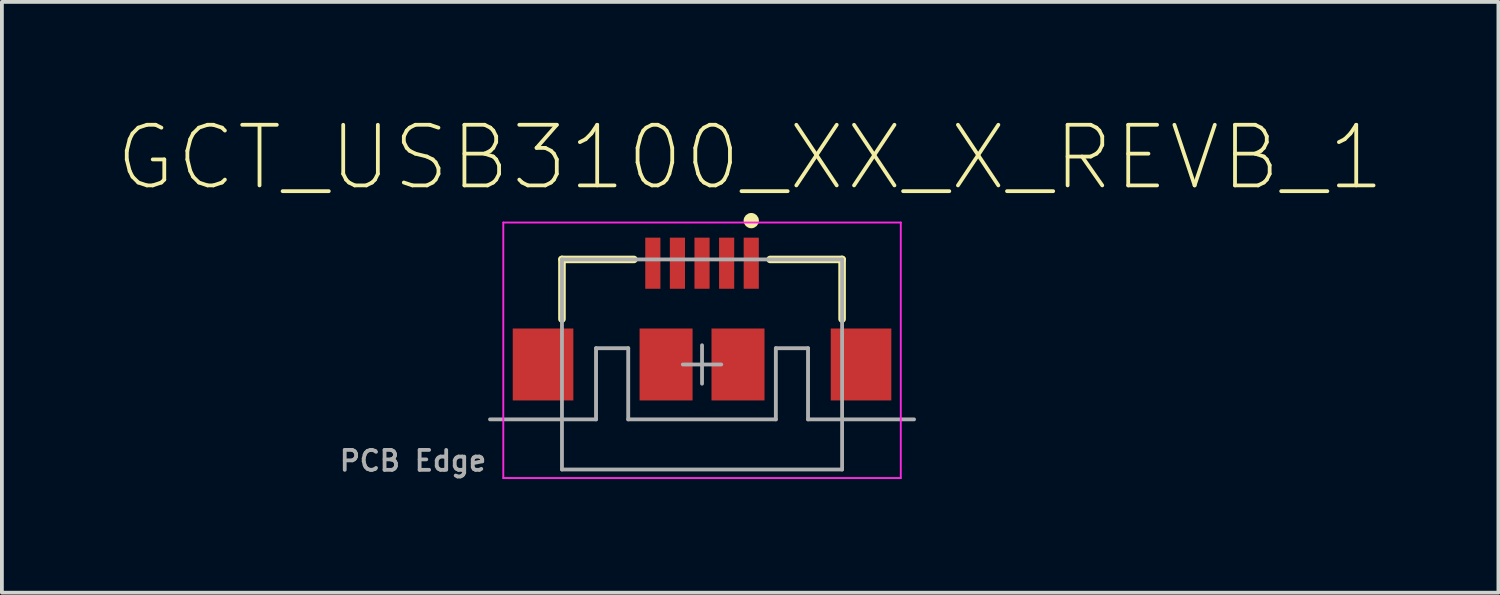
<source format=kicad_pcb>
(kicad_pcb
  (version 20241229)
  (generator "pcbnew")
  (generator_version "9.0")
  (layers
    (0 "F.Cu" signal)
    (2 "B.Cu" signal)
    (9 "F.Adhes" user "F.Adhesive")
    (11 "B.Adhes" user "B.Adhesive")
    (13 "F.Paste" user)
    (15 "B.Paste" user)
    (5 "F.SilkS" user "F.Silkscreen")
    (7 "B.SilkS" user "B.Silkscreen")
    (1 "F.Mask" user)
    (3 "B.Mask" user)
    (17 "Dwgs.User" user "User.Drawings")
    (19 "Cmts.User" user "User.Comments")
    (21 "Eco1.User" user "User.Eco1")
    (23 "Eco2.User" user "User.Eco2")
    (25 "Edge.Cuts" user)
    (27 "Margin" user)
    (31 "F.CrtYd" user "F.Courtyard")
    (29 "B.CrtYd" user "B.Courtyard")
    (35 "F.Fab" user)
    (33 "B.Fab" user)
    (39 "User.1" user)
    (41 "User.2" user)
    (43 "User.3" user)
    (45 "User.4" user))
  (footprint "GCT_USB3100_XX_X_REVB_1"
    (layer "F.Cu")
    (at 15.495 6.578)
    (property "Reference" "GCT_USB3100_XX_X_REVB_1" (at 1.271 -5.466 0) (layer "F.SilkS") (effects (font (size 1.601 1.601) (thickness 0.1))))
    (fp_line (start -3.7 -2.775) (end -1.8 -2.775) (stroke (width 0.2) (type solid)) (layer "F.SilkS"))
    (fp_line (start -3.7 -1.2) (end -3.7 -2.775) (stroke (width 0.2) (type solid)) (layer "F.SilkS"))
    (fp_line (start 1.8 -2.775) (end 3.7 -2.775) (stroke (width 0.2) (type solid)) (layer "F.SilkS"))
    (fp_line (start 3.7 -1.2) (end 3.7 -2.775) (stroke (width 0.2) (type solid)) (layer "F.SilkS"))
    (fp_arc (start 1.402 -3.8) (mid 1.198 -3.8) (end 1.402 -3.8) (stroke (width 0.2) (type solid)) (layer "F.SilkS"))
    (fp_line (start -5.25 -3.75) (end 5.25 -3.75) (stroke (width 0.05) (type solid)) (layer "F.CrtYd"))
    (fp_line (start -5.25 3) (end -5.25 -3.75) (stroke (width 0.05) (type solid)) (layer "F.CrtYd"))
    (fp_line (start 5.25 -3.75) (end 5.25 3) (stroke (width 0.05) (type solid)) (layer "F.CrtYd"))
    (fp_line (start 5.25 3) (end -5.25 3) (stroke (width 0.05) (type solid)) (layer "F.CrtYd"))
    (fp_line (start -5.6 1.45) (end -2.8 1.45) (stroke (width 0.102) (type solid)) (layer "F.Fab"))
    (fp_line (start -3.7 -2.775) (end 3.7 -2.775) (stroke (width 0.1) (type solid)) (layer "F.Fab"))
    (fp_line (start -3.7 2.775) (end -3.7 -2.775) (stroke (width 0.1) (type solid)) (layer "F.Fab"))
    (fp_line (start -3.7 2.775) (end 3.7 2.775) (stroke (width 0.1) (type solid)) (layer "F.Fab"))
    (fp_line (start -2.8 -0.43) (end -1.95 -0.43) (stroke (width 0.102) (type solid)) (layer "F.Fab"))
    (fp_line (start -2.8 1.45) (end -2.8 -0.43) (stroke (width 0.102) (type solid)) (layer "F.Fab"))
    (fp_line (start -1.95 1.45) (end -1.95 -0.43) (stroke (width 0.102) (type solid)) (layer "F.Fab"))
    (fp_line (start -1.95 1.45) (end 1.95 1.45) (stroke (width 0.102) (type solid)) (layer "F.Fab"))
    (fp_line (start -0.508 0) (end 0.508 0) (stroke (width 0.1) (type solid)) (layer "F.Fab"))
    (fp_line (start 0 0.508) (end 0 -0.508) (stroke (width 0.1) (type solid)) (layer "F.Fab"))
    (fp_line (start 1.95 -0.43) (end 2.8 -0.43) (stroke (width 0.102) (type solid)) (layer "F.Fab"))
    (fp_line (start 1.95 1.45) (end 1.95 -0.43) (stroke (width 0.102) (type solid)) (layer "F.Fab"))
    (fp_line (start 2.8 1.45) (end 2.8 -0.43) (stroke (width 0.102) (type solid)) (layer "F.Fab"))
    (fp_line (start 2.8 1.45) (end 5.6 1.45) (stroke (width 0.102) (type solid)) (layer "F.Fab"))
    (fp_line (start 3.7 2.775) (end 3.7 -2.775) (stroke (width 0.1) (type solid)) (layer "F.Fab"))
    (fp_text user "PCB Edge" (at -7.635 2.545 0) (layer "F.Fab") (effects (font (size 0.526 0.526) (thickness 0.1))))
    (pad "1" smd rect (at 1.3 -2.675) (size 0.4 1.35) (layers "F.Cu" "F.Mask" "F.Paste"))
    (pad "2" smd rect (at 0.65 -2.675) (size 0.4 1.35) (layers "F.Cu" "F.Mask" "F.Paste"))
    (pad "3" smd rect (at 0 -2.675) (size 0.4 1.35) (layers "F.Cu" "F.Mask" "F.Paste"))
    (pad "4" smd rect (at -0.65 -2.675) (size 0.4 1.35) (layers "F.Cu" "F.Mask" "F.Paste"))
    (pad "5" smd rect (at -1.3 -2.675) (size 0.4 1.35) (layers "F.Cu" "F.Mask" "F.Paste"))
    (pad "6" smd rect (at -0.95 0) (size 1.4 1.9) (layers "F.Cu" "F.Mask" "F.Paste"))
    (pad "7" smd rect (at 0.95 0) (size 1.4 1.9) (layers "F.Cu" "F.Mask" "F.Paste"))
    (pad "8" smd rect (at -4.2 0) (size 1.6 1.9) (layers "F.Cu" "F.Mask" "F.Paste"))
    (pad "9" smd rect (at 4.2 0) (size 1.6 1.9) (layers "F.Cu" "F.Mask" "F.Paste")))
  (gr_rect
    (start -3 -3)
    (end 36.532 12.606)
    (stroke (width 0.1) (type default))
    (fill no)
    (layer "Edge.Cuts")))
</source>
